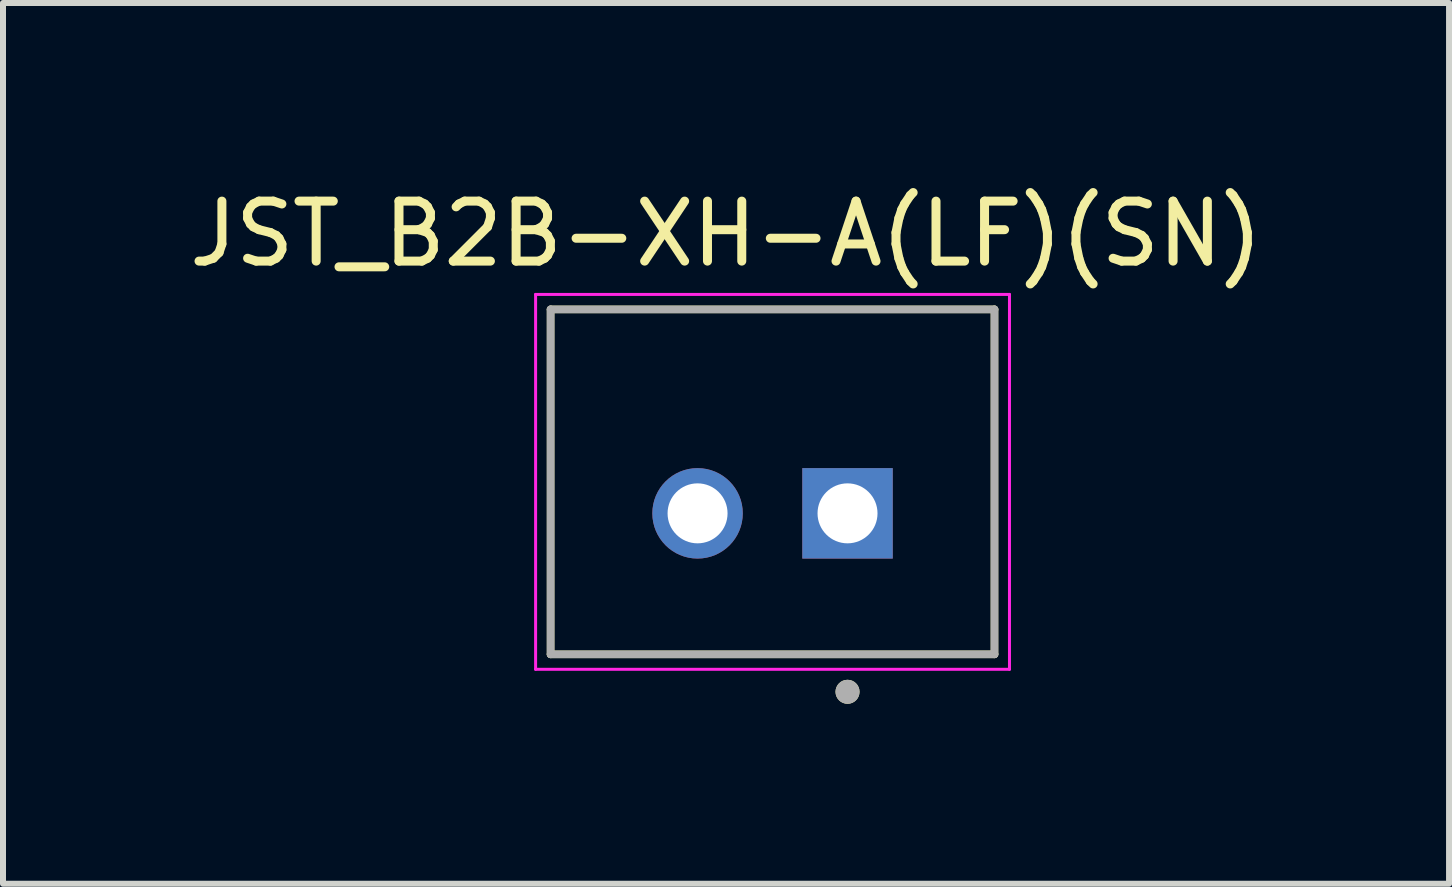
<source format=kicad_pcb>
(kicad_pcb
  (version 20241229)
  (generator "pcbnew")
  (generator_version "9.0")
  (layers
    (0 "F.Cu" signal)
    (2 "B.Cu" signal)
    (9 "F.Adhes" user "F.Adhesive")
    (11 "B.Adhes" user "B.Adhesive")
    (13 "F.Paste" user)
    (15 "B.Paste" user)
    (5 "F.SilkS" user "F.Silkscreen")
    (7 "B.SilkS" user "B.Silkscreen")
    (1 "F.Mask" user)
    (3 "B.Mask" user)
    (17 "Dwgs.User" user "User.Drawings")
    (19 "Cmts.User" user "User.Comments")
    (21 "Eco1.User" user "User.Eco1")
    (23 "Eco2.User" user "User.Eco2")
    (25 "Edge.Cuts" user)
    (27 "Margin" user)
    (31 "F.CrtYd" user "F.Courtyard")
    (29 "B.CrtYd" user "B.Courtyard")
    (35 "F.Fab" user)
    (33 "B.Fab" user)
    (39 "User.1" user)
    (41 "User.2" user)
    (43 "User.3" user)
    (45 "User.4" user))
  (footprint "JST_B2B-XH-A(LF)(SN)"
    (layer "F.Cu")
    (at 9.829 5.508)
    (property "Reference" "JST_B2B-XH-A(LF)(SN)" (at -0.775 -4.66 0) (layer "F.SilkS") (effects (font (size 1 1) (thickness 0.15))))
    (attr through_hole)
    (fp_line (start -3.7 -3.4) (end 3.7 -3.4) (stroke (width 0.127) (type solid)) (layer "F.SilkS"))
    (fp_line (start -3.7 2.35) (end -3.7 -3.4) (stroke (width 0.127) (type solid)) (layer "F.SilkS"))
    (fp_line (start 3.7 -3.4) (end 3.7 2.35) (stroke (width 0.127) (type solid)) (layer "F.SilkS"))
    (fp_line (start 3.7 2.35) (end -3.7 2.35) (stroke (width 0.127) (type solid)) (layer "F.SilkS"))
    (fp_circle (center 1.25 2.975) (end 1.35 2.975) (stroke (width 0.2) (type solid)) (fill no) (layer "F.SilkS"))
    (fp_line (start -3.95 -3.65) (end 3.95 -3.65) (stroke (width 0.05) (type solid)) (layer "F.CrtYd"))
    (fp_line (start -3.95 2.6) (end -3.95 -3.65) (stroke (width 0.05) (type solid)) (layer "F.CrtYd"))
    (fp_line (start 3.95 -3.65) (end 3.95 2.6) (stroke (width 0.05) (type solid)) (layer "F.CrtYd"))
    (fp_line (start 3.95 2.6) (end -3.95 2.6) (stroke (width 0.05) (type solid)) (layer "F.CrtYd"))
    (fp_line (start -3.7 -3.4) (end 3.7 -3.4) (stroke (width 0.127) (type solid)) (layer "F.Fab"))
    (fp_line (start -3.7 2.35) (end -3.7 -3.4) (stroke (width 0.127) (type solid)) (layer "F.Fab"))
    (fp_line (start 3.7 -3.4) (end 3.7 2.35) (stroke (width 0.127) (type solid)) (layer "F.Fab"))
    (fp_line (start 3.7 2.35) (end -3.7 2.35) (stroke (width 0.127) (type solid)) (layer "F.Fab"))
    (fp_circle (center 1.25 2.975) (end 1.35 2.975) (stroke (width 0.2) (type solid)) (fill no) (layer "F.Fab"))
    (pad "1" thru_hole rect (at 1.25 0) (size 1.508 1.508) (drill 1) (layers "*.Cu" "*.Mask"))
    (pad "2" thru_hole circle (at -1.25 0) (size 1.508 1.508) (drill 1) (layers "*.Cu" "*.Mask")))
  (gr_rect
    (start -3 -3)
    (end 21.107 11.683)
    (stroke (width 0.1) (type default))
    (fill no)
    (layer "Edge.Cuts")))
</source>
